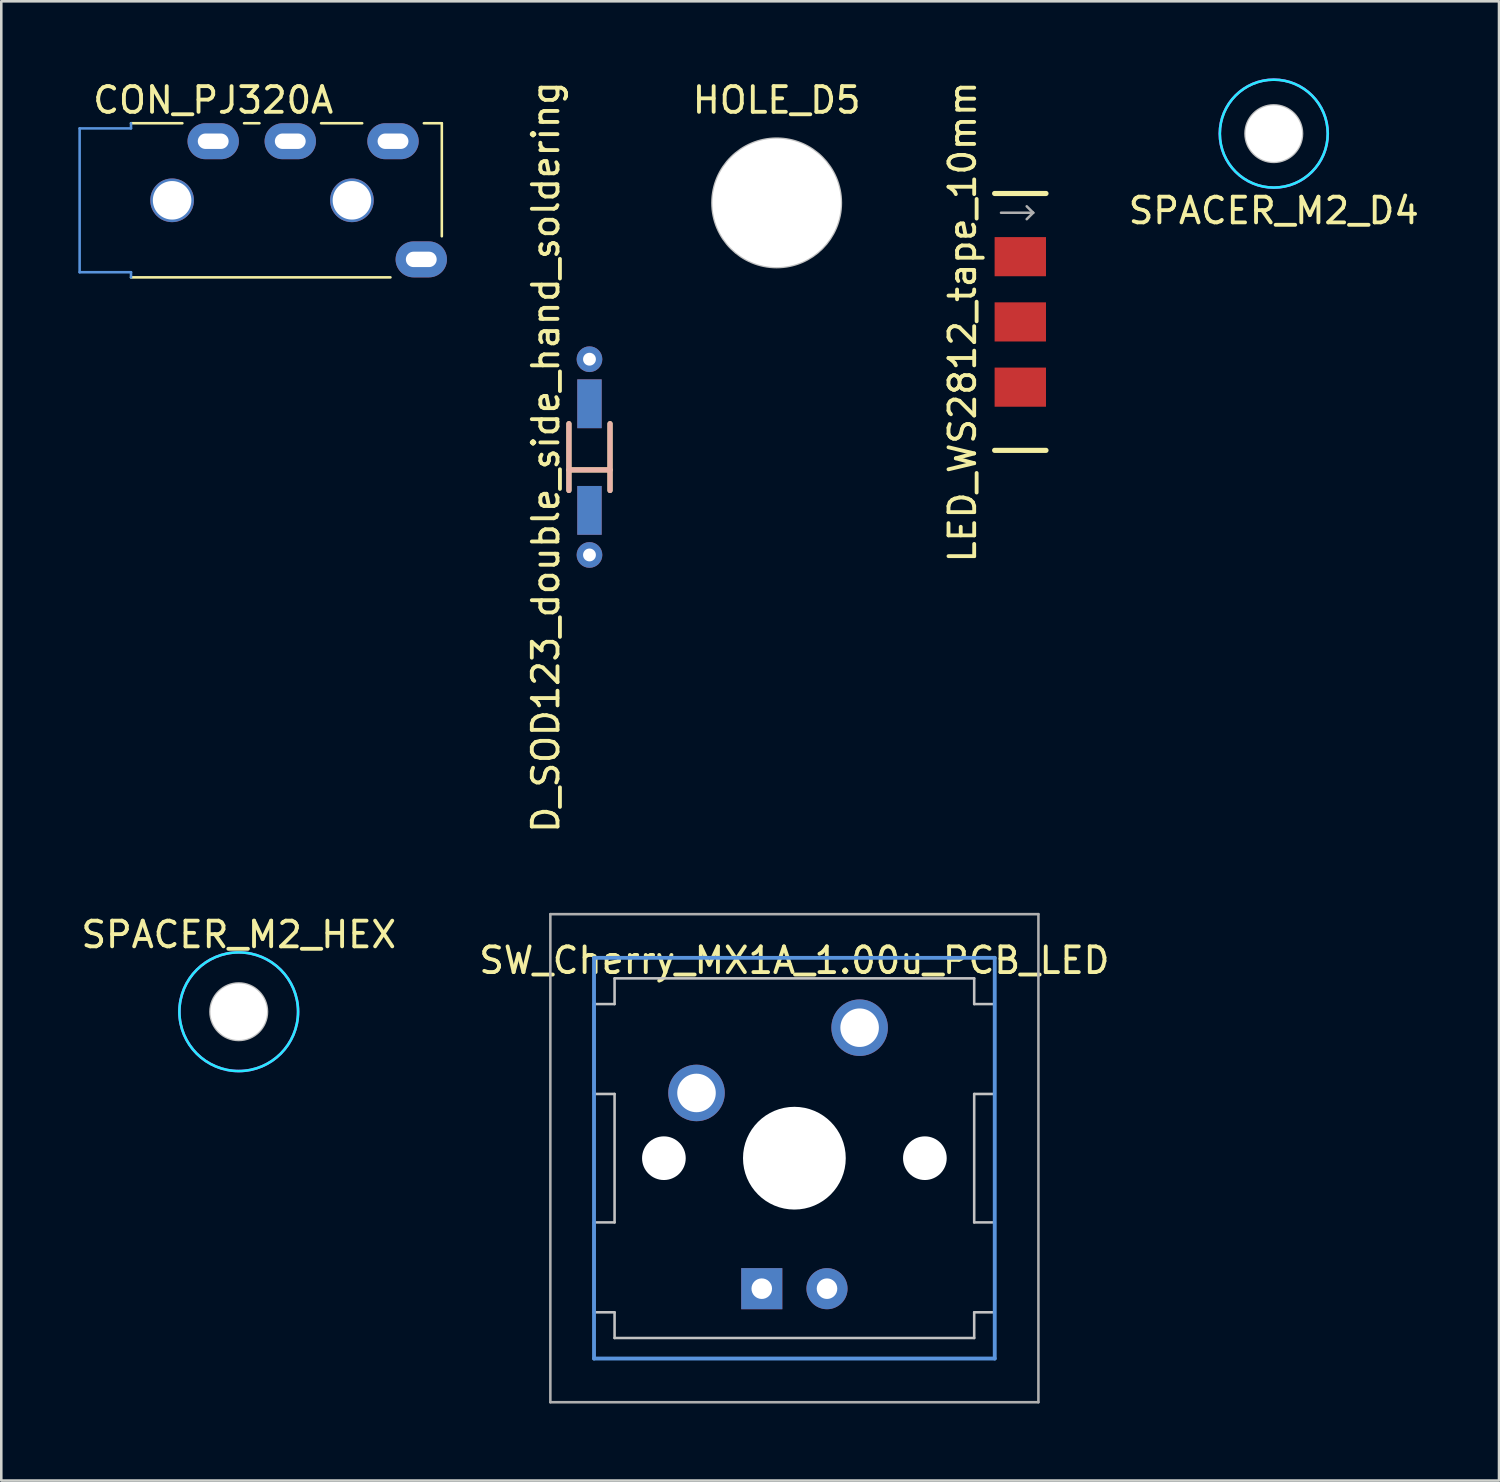
<source format=kicad_pcb>
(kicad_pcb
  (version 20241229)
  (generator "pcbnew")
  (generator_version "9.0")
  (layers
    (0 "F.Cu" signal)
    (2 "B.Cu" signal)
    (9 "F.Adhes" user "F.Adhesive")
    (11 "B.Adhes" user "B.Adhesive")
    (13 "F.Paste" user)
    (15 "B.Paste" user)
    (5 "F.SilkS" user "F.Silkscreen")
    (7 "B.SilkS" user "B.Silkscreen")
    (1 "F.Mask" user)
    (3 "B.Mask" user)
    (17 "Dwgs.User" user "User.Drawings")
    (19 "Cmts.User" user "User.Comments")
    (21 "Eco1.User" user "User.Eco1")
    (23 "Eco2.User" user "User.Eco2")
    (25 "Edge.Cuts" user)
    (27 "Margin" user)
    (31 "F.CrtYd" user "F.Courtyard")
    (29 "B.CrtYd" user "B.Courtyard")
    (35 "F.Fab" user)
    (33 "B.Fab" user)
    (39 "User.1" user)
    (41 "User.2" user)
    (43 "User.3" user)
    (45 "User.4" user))
  (footprint "CON_PJ320A"
    (layer "F.Cu")
    (at 2.05 4.748)
    (property "Reference" "CON_PJ320A" (at 3.2 -3.9 0) (layer "F.SilkS") (effects (font (size 1 1) (thickness 0.15))))
    (attr through_hole)
    (fp_line (start 0 -3) (end 2 -3) (stroke (width 0.1) (type solid)) (layer "F.SilkS"))
    (fp_line (start 0 3) (end 10.1 3) (stroke (width 0.1) (type solid)) (layer "F.SilkS"))
    (fp_line (start 4.4 -3) (end 5 -3) (stroke (width 0.1) (type solid)) (layer "F.SilkS"))
    (fp_line (start 7.4 -3) (end 9 -3) (stroke (width 0.1) (type solid)) (layer "F.SilkS"))
    (fp_line (start 11.4 -3) (end 12.1 -3) (stroke (width 0.1) (type solid)) (layer "F.SilkS"))
    (fp_line (start 12.1 -3) (end 12.1 1.4) (stroke (width 0.1) (type solid)) (layer "F.SilkS"))
    (fp_line (start -2 -2.8) (end -2 2.8) (stroke (width 0.1) (type solid)) (layer "Cmts.User"))
    (fp_line (start -2 2.8) (end 0 2.8) (stroke (width 0.1) (type solid)) (layer "Cmts.User"))
    (fp_line (start 0 -3) (end 0 -2.8) (stroke (width 0.1) (type solid)) (layer "Cmts.User"))
    (fp_line (start 0 -2.8) (end -2 -2.8) (stroke (width 0.1) (type solid)) (layer "Cmts.User"))
    (fp_line (start 0 2.8) (end 0 3) (stroke (width 0.1) (type solid)) (layer "Cmts.User"))
    (pad "" np_thru_hole circle (at 1.6 0) (size 1.7 1.7) (drill 1.5) (layers "*.Cu" "*.Mask"))
    (pad "" np_thru_hole circle (at 8.6 0) (size 1.7 1.7) (drill 1.5) (layers "*.Cu" "*.Mask"))
    (pad "1" thru_hole oval (at 10.2 -2.3) (size 2 1.4) (drill oval 1.2 0.6) (layers "*.Cu" "*.Mask"))
    (pad "2" thru_hole oval (at 6.2 -2.3) (size 2 1.4) (drill oval 1.2 0.6) (layers "*.Cu" "*.Mask"))
    (pad "3" thru_hole oval (at 3.2 -2.3) (size 2 1.4) (drill oval 1.2 0.6) (layers "*.Cu" "*.Mask"))
    (pad "4" thru_hole oval (at 11.3 2.3) (size 2 1.4) (drill oval 1.2 0.6) (layers "*.Cu" "*.Mask")))
  (footprint "LED_WS2812_tape_10mm"
    (layer "F.Cu")
    (at 36.67 9.482)
    (property "Reference" "LED_WS2812_tape_10mm" (at -2.25 0 90) (layer "F.SilkS") (effects (font (size 1 1) (thickness 0.15))))
    (attr through_hole)
    (fp_line (start -1 -5) (end 1 -5) (stroke (width 0.2) (type solid)) (layer "F.SilkS"))
    (fp_line (start -1 5) (end 1 5) (stroke (width 0.2) (type solid)) (layer "F.SilkS"))
    (fp_line (start -0.75 -4.25) (end 0.5 -4.25) (stroke (width 0.1) (type solid)) (layer "F.Fab"))
    (fp_line (start 0.5 -4.25) (end 0.25 -4.5) (stroke (width 0.1) (type solid)) (layer "F.Fab"))
    (fp_line (start 0.5 -4.25) (end 0.25 -4) (stroke (width 0.1) (type solid)) (layer "F.Fab"))
    (pad "1" smd rect (at 0 -2.54) (size 2 1.524) (layers "F.Cu" "F.Mask" "F.Paste"))
    (pad "2" smd rect (at 0 0) (size 2 1.524) (layers "F.Cu" "F.Mask" "F.Paste"))
    (pad "3" smd rect (at 0 2.54) (size 2 1.524) (layers "F.Cu" "F.Mask" "F.Paste")))
  (footprint "HOLE_D5"
    (layer "F.Cu")
    (at 27.185 4.848)
    (property "Reference" "HOLE_D5" (at 0 -4 0) (layer "F.SilkS") (effects (font (size 1 1) (thickness 0.15))))
    (attr through_hole)
    (fp_circle (center 0 0) (end 2.5 0) (stroke (width 0.1) (type solid)) (fill no) (layer "Dwgs.User"))
    (pad "" np_thru_hole circle (at 0 0) (size 5 5) (drill 5) (layers "*.Cu" "*.Mask")))
  (footprint "SPACER_M2_D4"
    (layer "F.Cu")
    (at 46.538 2.152)
    (property "Reference" "SPACER_M2_D4" (at 0 3 0) (layer "F.SilkS") (effects (font (size 1 1) (thickness 0.15))))
    (attr through_hole)
    (fp_circle (center 0 0) (end 1.1 0) (stroke (width 0.1) (type solid)) (fill no) (layer "Dwgs.User"))
    (fp_circle (center 0 0) (end 0 2.1) (stroke (width 0.1) (type solid)) (fill no) (layer "B.CrtYd"))
    (fp_circle (center 0 0) (end 0.1 2.1) (stroke (width 0.1) (type solid)) (fill no) (layer "F.CrtYd"))
    (pad "" np_thru_hole circle (at 0 0) (size 2.2 2.2) (drill 2.2) (layers "*.Cu" "*.Mask")))
  (footprint "D_SOD123_double_side_hand_soldering"
    (layer "F.Cu")
    (at 19.898 14.744)
    (property "Reference" "D_SOD123_double_side_hand_soldering" (at -1.7 0 90) (layer "F.SilkS") (effects (font (size 1 1) (thickness 0.15))))
    (attr through_hole)
    (fp_line (start -0.8 0.5) (end 0.8 0.5) (stroke (width 0.2) (type solid)) (layer "F.SilkS"))
    (fp_line (start -0.8 1.3) (end -0.8 -1.3) (stroke (width 0.2) (type solid)) (layer "F.SilkS"))
    (fp_line (start 0.8 -1.3) (end 0.8 1.3) (stroke (width 0.2) (type solid)) (layer "F.SilkS"))
    (fp_line (start -0.8 -1.3) (end -0.8 1.3) (stroke (width 0.2) (type solid)) (layer "B.SilkS"))
    (fp_line (start -0.8 0.5) (end 0.8 0.5) (stroke (width 0.2) (type solid)) (layer "B.SilkS"))
    (fp_line (start 0.8 -1.3) (end 0.8 1.3) (stroke (width 0.2) (type solid)) (layer "B.SilkS"))
    (pad "1" smd rect (at 0 2.075) (size 0.95 1.9) (layers "F.Cu" "F.Mask" "F.Paste"))
    (pad "1" smd rect (at 0 2.075) (size 0.95 1.9) (layers "B.Cu" "B.Mask" "B.Paste"))
    (pad "1" thru_hole circle (at 0 3.81) (size 1 1) (drill 0.5) (layers "*.Cu"))
    (pad "2" thru_hole circle (at 0 -3.81) (size 1 1) (drill 0.5) (layers "*.Cu"))
    (pad "2" smd rect (at 0 -2.075) (size 0.95 1.9) (layers "F.Cu" "F.Mask" "F.Paste"))
    (pad "2" smd rect (at 0 -2.075) (size 0.95 1.9) (layers "B.Cu" "B.Mask" "B.Paste")))
  (footprint "SW_Cherry_MX1A_1.00u_PCB_LED"
    (layer "F.Cu")
    (at 27.875 42.038)
    (property "Reference" "SW_Cherry_MX1A_1.00u_PCB_LED" (at 0 -7.7 0) (layer "F.SilkS") (effects (font (size 1 1) (thickness 0.15))))
    (attr through_hole)
    (fp_line (start -7.8 -6) (end -7 -6) (stroke (width 0.1) (type solid)) (layer "Dwgs.User"))
    (fp_line (start -7.8 -2.5) (end -7.8 -6) (stroke (width 0.1) (type solid)) (layer "Dwgs.User"))
    (fp_line (start -7.8 -2.5) (end -7 -2.5) (stroke (width 0.1) (type solid)) (layer "Dwgs.User"))
    (fp_line (start -7.8 2.5) (end -7 2.5) (stroke (width 0.1) (type solid)) (layer "Dwgs.User"))
    (fp_line (start -7.8 6) (end -7.8 2.5) (stroke (width 0.1) (type solid)) (layer "Dwgs.User"))
    (fp_line (start -7.8 6) (end -7 6) (stroke (width 0.1) (type solid)) (layer "Dwgs.User"))
    (fp_line (start -7 -7) (end 7 -7) (stroke (width 0.1) (type solid)) (layer "Dwgs.User"))
    (fp_line (start -7 -6) (end -7 -7) (stroke (width 0.1) (type solid)) (layer "Dwgs.User"))
    (fp_line (start -7 -2.5) (end -7 2.5) (stroke (width 0.1) (type solid)) (layer "Dwgs.User"))
    (fp_line (start -7 7) (end -7 6) (stroke (width 0.1) (type solid)) (layer "Dwgs.User"))
    (fp_line (start -7 7) (end 7 7) (stroke (width 0.1) (type solid)) (layer "Dwgs.User"))
    (fp_line (start 7 -6) (end 7 -7) (stroke (width 0.1) (type solid)) (layer "Dwgs.User"))
    (fp_line (start 7 -6) (end 7.8 -6) (stroke (width 0.1) (type solid)) (layer "Dwgs.User"))
    (fp_line (start 7 -2.5) (end 7 2.5) (stroke (width 0.1) (type solid)) (layer "Dwgs.User"))
    (fp_line (start 7 -2.5) (end 7.8 -2.5) (stroke (width 0.1) (type solid)) (layer "Dwgs.User"))
    (fp_line (start 7 2.5) (end 7.8 2.5) (stroke (width 0.1) (type solid)) (layer "Dwgs.User"))
    (fp_line (start 7 6) (end 7.8 6) (stroke (width 0.1) (type solid)) (layer "Dwgs.User"))
    (fp_line (start 7 7) (end 7 6) (stroke (width 0.1) (type solid)) (layer "Dwgs.User"))
    (fp_line (start 7.8 -2.5) (end 7.8 -6) (stroke (width 0.1) (type solid)) (layer "Dwgs.User"))
    (fp_line (start 7.8 6) (end 7.8 2.5) (stroke (width 0.1) (type solid)) (layer "Dwgs.User"))
    (fp_line (start -7.8 -7.8) (end 7.8 -7.8) (stroke (width 0.15) (type solid)) (layer "Cmts.User"))
    (fp_line (start -7.8 7.8) (end -7.8 -7.8) (stroke (width 0.15) (type solid)) (layer "Cmts.User"))
    (fp_line (start 7.8 -7.8) (end 7.8 7.8) (stroke (width 0.15) (type solid)) (layer "Cmts.User"))
    (fp_line (start 7.8 7.8) (end -7.8 7.8) (stroke (width 0.15) (type solid)) (layer "Cmts.User"))
    (fp_line (start -9.5 -9.5) (end 9.5 -9.5) (stroke (width 0.1) (type solid)) (layer "F.Fab"))
    (fp_line (start -9.5 9.5) (end -9.5 -9.5) (stroke (width 0.1) (type solid)) (layer "F.Fab"))
    (fp_line (start 9.5 -9.5) (end 9.5 9.5) (stroke (width 0.1) (type solid)) (layer "F.Fab"))
    (fp_line (start 9.5 9.5) (end -9.5 9.5) (stroke (width 0.1) (type solid)) (layer "F.Fab"))
    (pad "" np_thru_hole circle (at -5.08 0) (size 1.7 1.7) (drill 1.7) (layers "*.Cu" "*.Mask"))
    (pad "" np_thru_hole circle (at 0 0) (size 4 4) (drill 4) (layers "*.Cu" "*.Mask"))
    (pad "" np_thru_hole circle (at 5.08 0) (size 1.7 1.7) (drill 1.7) (layers "*.Cu" "*.Mask"))
    (pad "1" thru_hole circle (at -3.81 -2.54) (size 2.2 2.2) (drill 1.5) (layers "*.Cu" "*.Mask"))
    (pad "2" thru_hole circle (at 2.54 -5.08) (size 2.2 2.2) (drill 1.5) (layers "*.Cu" "*.Mask"))
    (pad "3" thru_hole rect (at -1.27 5.08) (size 1.6 1.6) (drill 0.8) (layers "*.Cu" "*.Mask"))
    (pad "4" thru_hole circle (at 1.27 5.08) (size 1.6 1.6) (drill 0.8) (layers "*.Cu" "*.Mask")))
  (footprint "SPACER_M2_HEX"
    (layer "F.Cu")
    (at 6.244 36.336)
    (property "Reference" "SPACER_M2_HEX" (at 0 -3 0) (layer "F.SilkS") (effects (font (size 1 1) (thickness 0.15))))
    (attr through_hole)
    (fp_circle (center 0 0) (end 1.1 0) (stroke (width 0.1) (type solid)) (fill no) (layer "Dwgs.User"))
    (fp_circle (center 0 0) (end 2.31 0) (stroke (width 0.1) (type solid)) (fill no) (layer "B.CrtYd"))
    (fp_circle (center 0 0) (end 2.31 0) (stroke (width 0.1) (type solid)) (fill no) (layer "F.CrtYd"))
    (pad "" np_thru_hole circle (at 0 0) (size 2.2 2.2) (drill 2.2) (layers "*.Cu" "*.Mask")))
  (gr_rect
    (start -3 -3)
    (end 55.306 54.588)
    (stroke (width 0.1) (type default))
    (fill no)
    (layer "Edge.Cuts")))
</source>
